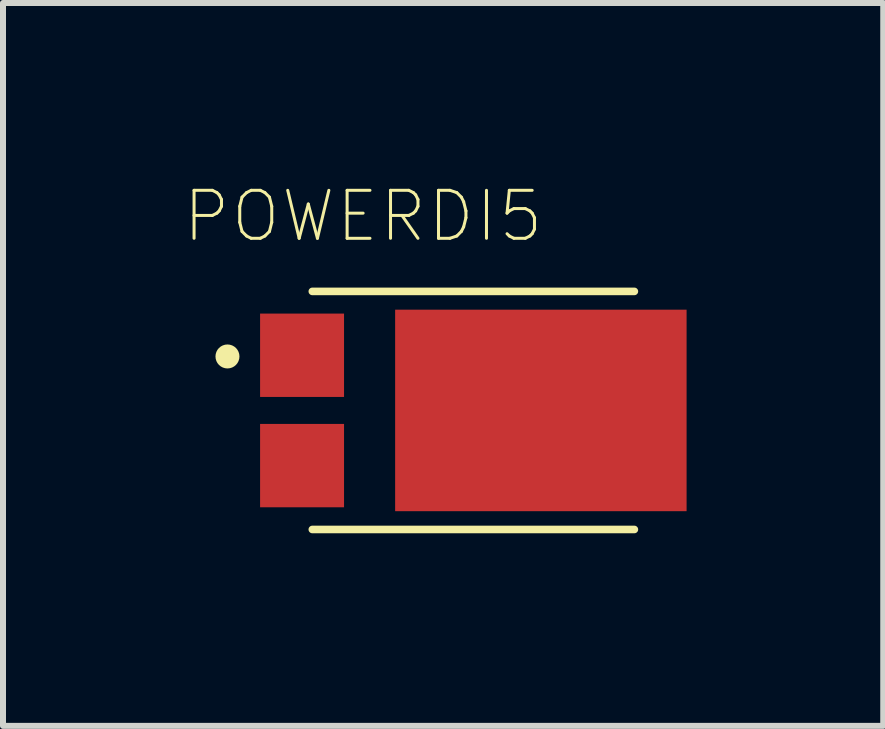
<source format=kicad_pcb>
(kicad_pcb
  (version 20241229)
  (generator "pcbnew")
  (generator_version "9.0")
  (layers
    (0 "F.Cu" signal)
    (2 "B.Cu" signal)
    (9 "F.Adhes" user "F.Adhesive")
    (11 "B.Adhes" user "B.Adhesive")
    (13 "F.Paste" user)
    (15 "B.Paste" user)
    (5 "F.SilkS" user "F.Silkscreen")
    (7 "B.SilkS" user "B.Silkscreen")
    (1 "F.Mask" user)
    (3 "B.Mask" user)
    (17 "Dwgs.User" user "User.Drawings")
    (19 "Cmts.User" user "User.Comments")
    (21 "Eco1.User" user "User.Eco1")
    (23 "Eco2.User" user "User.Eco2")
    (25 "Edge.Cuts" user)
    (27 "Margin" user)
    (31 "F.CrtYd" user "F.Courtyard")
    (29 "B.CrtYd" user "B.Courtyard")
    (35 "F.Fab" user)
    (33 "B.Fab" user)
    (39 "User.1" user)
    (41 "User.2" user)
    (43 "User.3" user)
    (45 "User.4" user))
  (footprint "POWERDI5"
    (layer "F.Cu")
    (at 4.843 3.794)
    (property "Reference" "POWERDI5" (at -1.838 -3.238 0) (layer "F.SilkS") (effects (font (size 0.8 0.8) (thickness 0.05))))
    (attr smd)
    (fp_line (start -2.685 -1.985) (end 2.685 -1.985) (stroke (width 0.127) (type solid)) (layer "F.SilkS"))
    (fp_line (start 2.685 1.985) (end -2.685 1.985) (stroke (width 0.127) (type solid)) (layer "F.SilkS"))
    (fp_circle (center -4.1 -0.9) (end -4 -0.9) (stroke (width 0.2) (type solid)) (fill no) (layer "F.SilkS"))
    (fp_poly (pts (xy 2.666 -1.06) (xy 2.666 1.06) (xy -0.414 1.06) (xy -0.414 -1.06)) (stroke (width 0) (type solid)) (fill yes) (layer "F.Paste"))
    (fp_line (start -3.81 -2.235) (end 3.81 -2.235) (stroke (width 0.05) (type solid)) (layer "Eco1.User"))
    (fp_line (start -3.81 2.235) (end -3.81 -2.235) (stroke (width 0.05) (type solid)) (layer "Eco1.User"))
    (fp_line (start 3.81 -2.235) (end 3.81 2.235) (stroke (width 0.05) (type solid)) (layer "Eco1.User"))
    (fp_line (start 3.81 2.235) (end -3.81 2.235) (stroke (width 0.05) (type solid)) (layer "Eco1.User"))
    (fp_line (start -2.685 -1.985) (end 2.685 -1.985) (stroke (width 0.127) (type solid)) (layer "Eco2.User"))
    (fp_line (start -2.685 1.985) (end -2.685 -1.985) (stroke (width 0.127) (type solid)) (layer "Eco2.User"))
    (fp_line (start 2.685 -1.985) (end 2.685 1.985) (stroke (width 0.127) (type solid)) (layer "Eco2.User"))
    (fp_line (start 2.685 1.985) (end -2.685 1.985) (stroke (width 0.127) (type solid)) (layer "Eco2.User"))
    (fp_circle (center -4.1 -0.9) (end -4 -0.9) (stroke (width 0.2) (type solid)) (fill no) (layer "Eco2.User"))
    (pad "1" smd rect (at -2.856 -0.92) (size 1.4 1.39) (layers "F.Cu" "F.Mask" "F.Paste"))
    (pad "2" smd rect (at -2.856 0.92) (size 1.4 1.39) (layers "F.Cu" "F.Mask" "F.Paste"))
    (pad "3" smd rect (at 1.126 0) (size 4.86 3.36) (layers "F.Cu" "F.Mask" "F.Paste")))
  (gr_rect
    (start -3 -3)
    (end 11.678 9.054)
    (stroke (width 0.1) (type default))
    (fill no)
    (layer "Edge.Cuts")))
</source>
